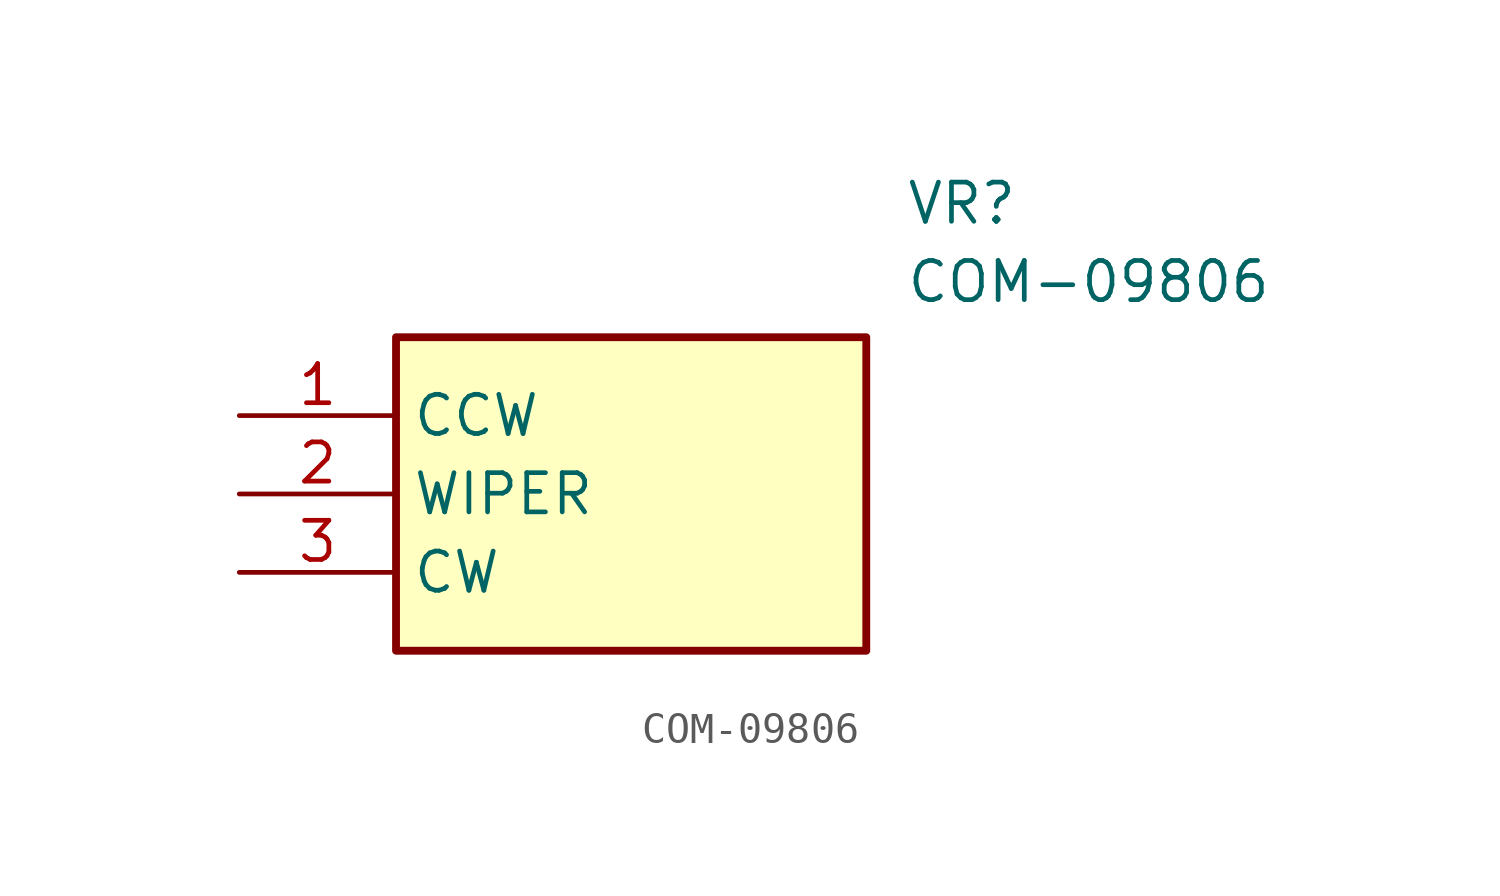
<source format=kicad_sym>
(kicad_symbol_lib
  (version 20211014)
  (generator SamacSys_ECAD_Model)
  (symbol "COM-09806"
    (property "Reference" "VR"
      (at 21.59 7.62 0)
      (effects (font (size 1.27 1.27)) (justify left top)))
    (property "Value" "COM-09806"
      (at 21.59 5.08 0)
      (effects (font (size 1.27 1.27)) (justify left top)))
    (rectangle
      (start 5.08 2.54)
      (end 20.32 -7.62)
      (stroke (width 0.254) (type default))
      (fill (type background)))
    (pin passive line
      (at 0 0 0)
      (length 5.08)
      (name "CCW" (effects (font (size 1.27 1.27))))
      (number "1" (effects (font (size 1.27 1.27)))))
    (pin passive line
      (at 0 -2.54 0)
      (length 5.08)
      (name "WIPER" (effects (font (size 1.27 1.27))))
      (number "2" (effects (font (size 1.27 1.27)))))
    (pin passive line
      (at 0 -5.08 0)
      (length 5.08)
      (name "CW" (effects (font (size 1.27 1.27))))
      (number "3" (effects (font (size 1.27 1.27)))))))
</source>
